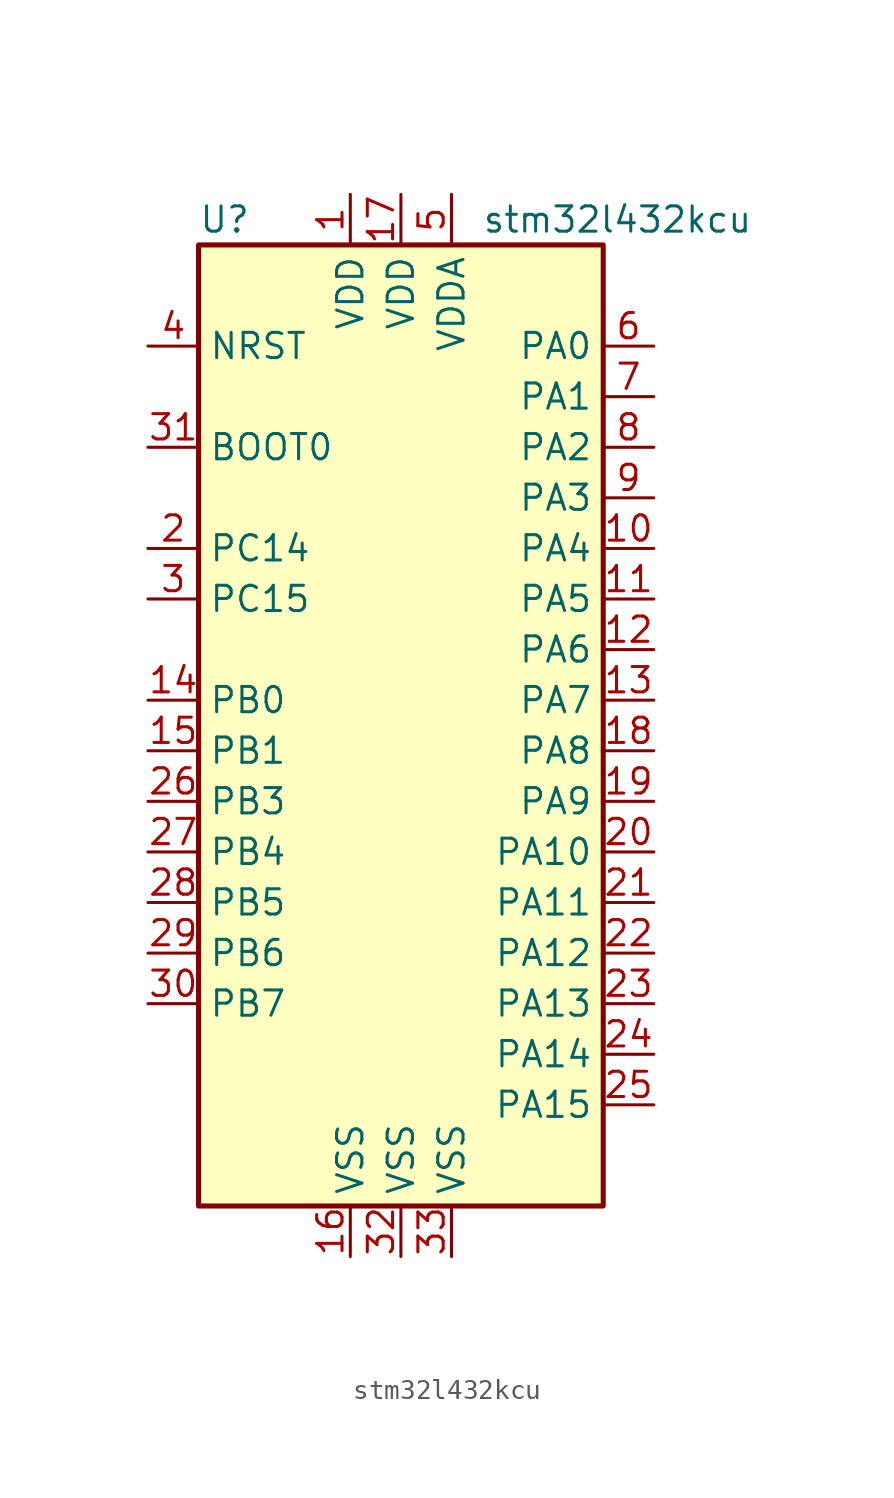
<source format=kicad_sym>
(kicad_symbol_lib
  (version 20231120)
  (generator "kicad_symbol_editor")
  (generator_version "8.0")
  (symbol "stm32l432kcu"
    (property "Reference" "U"
      (at -10.16 25.4 0)
      (effects (font (size 1.27 1.27)) (justify left)))
    (property "Value" "stm32l432kcu"
      (at 4.064 25.4 0)
      (effects (font (size 1.27 1.27)) (justify left)))
    (symbol "stm32l432kcu_0_1"
      (rectangle (start -10.16 24.13) (end 10.16 -24.13) (stroke (width 0.254) (type default)) (fill (type background))))
    (symbol "stm32l432kcu_1_1"
      (pin power_in line (at -2.54 26.67 270) (length 2.54) (name "VDD" (effects (font (size 1.27 1.27)))) (number "1" (effects (font (size 1.27 1.27)))))
      (pin bidirectional line (at 12.7 8.89 180) (length 2.54) (name "PA4" (effects (font (size 1.27 1.27)))) (number "10" (effects (font (size 1.27 1.27)))) (alternate "ADC1_IN9" bidirectional line) (alternate "COMP1_INM" bidirectional line) (alternate "COMP2_INM" bidirectional line) (alternate "DAC1_OUT1" bidirectional line) (alternate "LPTIM2_OUT" bidirectional line) (alternate "SAI1_FS_B" bidirectional line) (alternate "SPI1_NSS" bidirectional line) (alternate "SPI3_NSS" bidirectional line) (alternate "USART2_CK" bidirectional line))
      (pin bidirectional line (at 12.7 6.35 180) (length 2.54) (name "PA5" (effects (font (size 1.27 1.27)))) (number "11" (effects (font (size 1.27 1.27)))) (alternate "ADC1_IN10" bidirectional line) (alternate "COMP1_INM" bidirectional line) (alternate "COMP2_INM" bidirectional line) (alternate "DAC1_OUT2" bidirectional line) (alternate "LPTIM2_ETR" bidirectional line) (alternate "SPI1_SCK" bidirectional line) (alternate "TIM2_CH1" bidirectional line) (alternate "TIM2_ETR" bidirectional line))
      (pin bidirectional line (at 12.7 3.81 180) (length 2.54) (name "PA6" (effects (font (size 1.27 1.27)))) (number "12" (effects (font (size 1.27 1.27)))) (alternate "ADC1_IN11" bidirectional line) (alternate "COMP1_OUT" bidirectional line) (alternate "LPUART1_CTS" bidirectional line) (alternate "QUADSPI_BK1_IO3" bidirectional line) (alternate "SPI1_MISO" bidirectional line) (alternate "TIM16_CH1" bidirectional line) (alternate "TIM1_BKIN" bidirectional line) (alternate "TIM1_BKIN_COMP2" bidirectional line))
      (pin bidirectional line (at 12.7 1.27 180) (length 2.54) (name "PA7" (effects (font (size 1.27 1.27)))) (number "13" (effects (font (size 1.27 1.27)))) (alternate "ADC1_IN12" bidirectional line) (alternate "COMP2_OUT" bidirectional line) (alternate "I2C3_SCL" bidirectional line) (alternate "QUADSPI_BK1_IO2" bidirectional line) (alternate "SPI1_MOSI" bidirectional line) (alternate "TIM1_CH1N" bidirectional line))
      (pin bidirectional line (at -12.7 1.27 0) (length 2.54) (name "PB0" (effects (font (size 1.27 1.27)))) (number "14" (effects (font (size 1.27 1.27)))) (alternate "ADC1_IN15" bidirectional line) (alternate "COMP1_OUT" bidirectional line) (alternate "QUADSPI_BK1_IO1" bidirectional line) (alternate "SAI1_EXTCLK" bidirectional line) (alternate "SPI1_NSS" bidirectional line) (alternate "TIM1_CH2N" bidirectional line))
      (pin bidirectional line (at -12.7 -1.27 0) (length 2.54) (name "PB1" (effects (font (size 1.27 1.27)))) (number "15" (effects (font (size 1.27 1.27)))) (alternate "ADC1_IN16" bidirectional line) (alternate "COMP1_INM" bidirectional line) (alternate "LPTIM2_IN1" bidirectional line) (alternate "LPUART1_DE" bidirectional line) (alternate "LPUART1_RTS" bidirectional line) (alternate "QUADSPI_BK1_IO0" bidirectional line) (alternate "TIM1_CH3N" bidirectional line))
      (pin power_in line (at -2.54 -26.67 90) (length 2.54) (name "VSS" (effects (font (size 1.27 1.27)))) (number "16" (effects (font (size 1.27 1.27)))))
      (pin power_in line (at 0 26.67 270) (length 2.54) (name "VDD" (effects (font (size 1.27 1.27)))) (number "17" (effects (font (size 1.27 1.27)))))
      (pin bidirectional line (at 12.7 -1.27 180) (length 2.54) (name "PA8" (effects (font (size 1.27 1.27)))) (number "18" (effects (font (size 1.27 1.27)))) (alternate "LPTIM2_OUT" bidirectional line) (alternate "RCC_MCO" bidirectional line) (alternate "SAI1_SCK_A" bidirectional line) (alternate "SWPMI1_IO" bidirectional line) (alternate "TIM1_CH1" bidirectional line) (alternate "USART1_CK" bidirectional line))
      (pin bidirectional line (at 12.7 -3.81 180) (length 2.54) (name "PA9" (effects (font (size 1.27 1.27)))) (number "19" (effects (font (size 1.27 1.27)))) (alternate "DAC1_EXTI9" bidirectional line) (alternate "I2C1_SCL" bidirectional line) (alternate "SAI1_FS_A" bidirectional line) (alternate "TIM15_BKIN" bidirectional line) (alternate "TIM1_CH2" bidirectional line) (alternate "USART1_TX" bidirectional line))
      (pin bidirectional line (at -12.7 8.89 0) (length 2.54) (name "PC14" (effects (font (size 1.27 1.27)))) (number "2" (effects (font (size 1.27 1.27)))) (alternate "RCC_OSC32_IN" bidirectional line))
      (pin bidirectional line (at 12.7 -6.35 180) (length 2.54) (name "PA10" (effects (font (size 1.27 1.27)))) (number "20" (effects (font (size 1.27 1.27)))) (alternate "CRS_SYNC" bidirectional line) (alternate "I2C1_SDA" bidirectional line) (alternate "SAI1_SD_A" bidirectional line) (alternate "TIM1_CH3" bidirectional line) (alternate "USART1_RX" bidirectional line))
      (pin bidirectional line (at 12.7 -8.89 180) (length 2.54) (name "PA11" (effects (font (size 1.27 1.27)))) (number "21" (effects (font (size 1.27 1.27)))) (alternate "ADC1_EXTI11" bidirectional line) (alternate "CAN1_RX" bidirectional line) (alternate "COMP1_OUT" bidirectional line) (alternate "SPI1_MISO" bidirectional line) (alternate "TIM1_BKIN2" bidirectional line) (alternate "TIM1_BKIN2_COMP1" bidirectional line) (alternate "TIM1_CH4" bidirectional line) (alternate "USART1_CTS" bidirectional line) (alternate "USB_DM" bidirectional line))
      (pin bidirectional line (at 12.7 -11.43 180) (length 2.54) (name "PA12" (effects (font (size 1.27 1.27)))) (number "22" (effects (font (size 1.27 1.27)))) (alternate "CAN1_TX" bidirectional line) (alternate "SPI1_MOSI" bidirectional line) (alternate "TIM1_ETR" bidirectional line) (alternate "USART1_DE" bidirectional line) (alternate "USART1_RTS" bidirectional line) (alternate "USB_DP" bidirectional line))
      (pin bidirectional line (at 12.7 -13.97 180) (length 2.54) (name "PA13" (effects (font (size 1.27 1.27)))) (number "23" (effects (font (size 1.27 1.27)))) (alternate "IR_OUT" bidirectional line) (alternate "SAI1_SD_B" bidirectional line) (alternate "SWPMI1_TX" bidirectional line) (alternate "SYS_JTMS-SWDIO" bidirectional line) (alternate "USB_NOE" bidirectional line))
      (pin bidirectional line (at 12.7 -16.51 180) (length 2.54) (name "PA14" (effects (font (size 1.27 1.27)))) (number "24" (effects (font (size 1.27 1.27)))) (alternate "I2C1_SMBA" bidirectional line) (alternate "LPTIM1_OUT" bidirectional line) (alternate "SAI1_FS_B" bidirectional line) (alternate "SWPMI1_RX" bidirectional line) (alternate "SYS_JTCK-SWCLK" bidirectional line))
      (pin bidirectional line (at 12.7 -19.05 180) (length 2.54) (name "PA15" (effects (font (size 1.27 1.27)))) (number "25" (effects (font (size 1.27 1.27)))) (alternate "ADC1_EXTI15" bidirectional line) (alternate "SPI1_NSS" bidirectional line) (alternate "SPI3_NSS" bidirectional line) (alternate "SWPMI1_SUSPEND" bidirectional line) (alternate "SYS_JTDI" bidirectional line) (alternate "TIM2_CH1" bidirectional line) (alternate "TIM2_ETR" bidirectional line) (alternate "USART2_RX" bidirectional line))
      (pin bidirectional line (at -12.7 -3.81 0) (length 2.54) (name "PB3" (effects (font (size 1.27 1.27)))) (number "26" (effects (font (size 1.27 1.27)))) (alternate "COMP2_INM" bidirectional line) (alternate "SAI1_SCK_B" bidirectional line) (alternate "SPI1_SCK" bidirectional line) (alternate "SPI3_SCK" bidirectional line) (alternate "SYS_JTDO-SWO" bidirectional line) (alternate "TIM2_CH2" bidirectional line) (alternate "USART1_DE" bidirectional line) (alternate "USART1_RTS" bidirectional line))
      (pin bidirectional line (at -12.7 -6.35 0) (length 2.54) (name "PB4" (effects (font (size 1.27 1.27)))) (number "27" (effects (font (size 1.27 1.27)))) (alternate "COMP2_INP" bidirectional line) (alternate "I2C3_SDA" bidirectional line) (alternate "SAI1_MCLK_B" bidirectional line) (alternate "SPI1_MISO" bidirectional line) (alternate "SPI3_MISO" bidirectional line) (alternate "SYS_JTRST" bidirectional line) (alternate "TSC_G2_IO1" bidirectional line) (alternate "USART1_CTS" bidirectional line))
      (pin bidirectional line (at -12.7 -8.89 0) (length 2.54) (name "PB5" (effects (font (size 1.27 1.27)))) (number "28" (effects (font (size 1.27 1.27)))) (alternate "COMP2_OUT" bidirectional line) (alternate "I2C1_SMBA" bidirectional line) (alternate "LPTIM1_IN1" bidirectional line) (alternate "SAI1_SD_B" bidirectional line) (alternate "SPI1_MOSI" bidirectional line) (alternate "SPI3_MOSI" bidirectional line) (alternate "TIM16_BKIN" bidirectional line) (alternate "TSC_G2_IO2" bidirectional line) (alternate "USART1_CK" bidirectional line))
      (pin bidirectional line (at -12.7 -11.43 0) (length 2.54) (name "PB6" (effects (font (size 1.27 1.27)))) (number "29" (effects (font (size 1.27 1.27)))) (alternate "COMP2_INP" bidirectional line) (alternate "I2C1_SCL" bidirectional line) (alternate "LPTIM1_ETR" bidirectional line) (alternate "SAI1_FS_B" bidirectional line) (alternate "TIM16_CH1N" bidirectional line) (alternate "TSC_G2_IO3" bidirectional line) (alternate "USART1_TX" bidirectional line))
      (pin bidirectional line (at -12.7 6.35 0) (length 2.54) (name "PC15" (effects (font (size 1.27 1.27)))) (number "3" (effects (font (size 1.27 1.27)))) (alternate "ADC1_EXTI15" bidirectional line) (alternate "RCC_OSC32_OUT" bidirectional line))
      (pin bidirectional line (at -12.7 -13.97 0) (length 2.54) (name "PB7" (effects (font (size 1.27 1.27)))) (number "30" (effects (font (size 1.27 1.27)))) (alternate "COMP2_INM" bidirectional line) (alternate "I2C1_SDA" bidirectional line) (alternate "LPTIM1_IN2" bidirectional line) (alternate "SYS_PVD_IN" bidirectional line) (alternate "TSC_G2_IO4" bidirectional line) (alternate "USART1_RX" bidirectional line))
      (pin bidirectional line (at -12.7 13.97 0) (length 2.54) (name "BOOT0" (effects (font (size 1.27 1.27)))) (number "31" (effects (font (size 1.27 1.27)))))
      (pin power_in line (at 0 -26.67 90) (length 2.54) (name "VSS" (effects (font (size 1.27 1.27)))) (number "32" (effects (font (size 1.27 1.27)))))
      (pin power_in line (at 2.54 -26.67 90) (length 2.54) (name "VSS" (effects (font (size 1.27 1.27)))) (number "33" (effects (font (size 1.27 1.27)))))
      (pin input line (at -12.7 19.05 0) (length 2.54) (name "NRST" (effects (font (size 1.27 1.27)))) (number "4" (effects (font (size 1.27 1.27)))))
      (pin power_in line (at 2.54 26.67 270) (length 2.54) (name "VDDA" (effects (font (size 1.27 1.27)))) (number "5" (effects (font (size 1.27 1.27)))))
      (pin bidirectional line (at 12.7 19.05 180) (length 2.54) (name "PA0" (effects (font (size 1.27 1.27)))) (number "6" (effects (font (size 1.27 1.27)))) (alternate "ADC1_IN5" bidirectional line) (alternate "COMP1_INM" bidirectional line) (alternate "COMP1_OUT" bidirectional line) (alternate "OPAMP1_VINP" bidirectional line) (alternate "RCC_CK_IN" bidirectional line) (alternate "RTC_TAMP2" bidirectional line) (alternate "SAI1_EXTCLK" bidirectional line) (alternate "SYS_WKUP1" bidirectional line) (alternate "TIM2_CH1" bidirectional line) (alternate "TIM2_ETR" bidirectional line) (alternate "USART2_CTS" bidirectional line))
      (pin bidirectional line (at 12.7 16.51 180) (length 2.54) (name "PA1" (effects (font (size 1.27 1.27)))) (number "7" (effects (font (size 1.27 1.27)))) (alternate "ADC1_IN6" bidirectional line) (alternate "COMP1_INP" bidirectional line) (alternate "I2C1_SMBA" bidirectional line) (alternate "OPAMP1_VINM" bidirectional line) (alternate "SPI1_SCK" bidirectional line) (alternate "TIM15_CH1N" bidirectional line) (alternate "TIM2_CH2" bidirectional line) (alternate "USART2_DE" bidirectional line) (alternate "USART2_RTS" bidirectional line))
      (pin bidirectional line (at 12.7 13.97 180) (length 2.54) (name "PA2" (effects (font (size 1.27 1.27)))) (number "8" (effects (font (size 1.27 1.27)))) (alternate "ADC1_IN7" bidirectional line) (alternate "COMP2_INM" bidirectional line) (alternate "COMP2_OUT" bidirectional line) (alternate "LPUART1_TX" bidirectional line) (alternate "QUADSPI_BK1_NCS" bidirectional line) (alternate "RCC_LSCO" bidirectional line) (alternate "SYS_WKUP4" bidirectional line) (alternate "TIM15_CH1" bidirectional line) (alternate "TIM2_CH3" bidirectional line) (alternate "USART2_TX" bidirectional line))
      (pin bidirectional line (at 12.7 11.43 180) (length 2.54) (name "PA3" (effects (font (size 1.27 1.27)))) (number "9" (effects (font (size 1.27 1.27)))) (alternate "ADC1_IN8" bidirectional line) (alternate "COMP2_INP" bidirectional line) (alternate "LPUART1_RX" bidirectional line) (alternate "OPAMP1_VOUT" bidirectional line) (alternate "QUADSPI_CLK" bidirectional line) (alternate "SAI1_MCLK_A" bidirectional line) (alternate "TIM15_CH2" bidirectional line) (alternate "TIM2_CH4" bidirectional line) (alternate "USART2_RX" bidirectional line)))))
</source>
